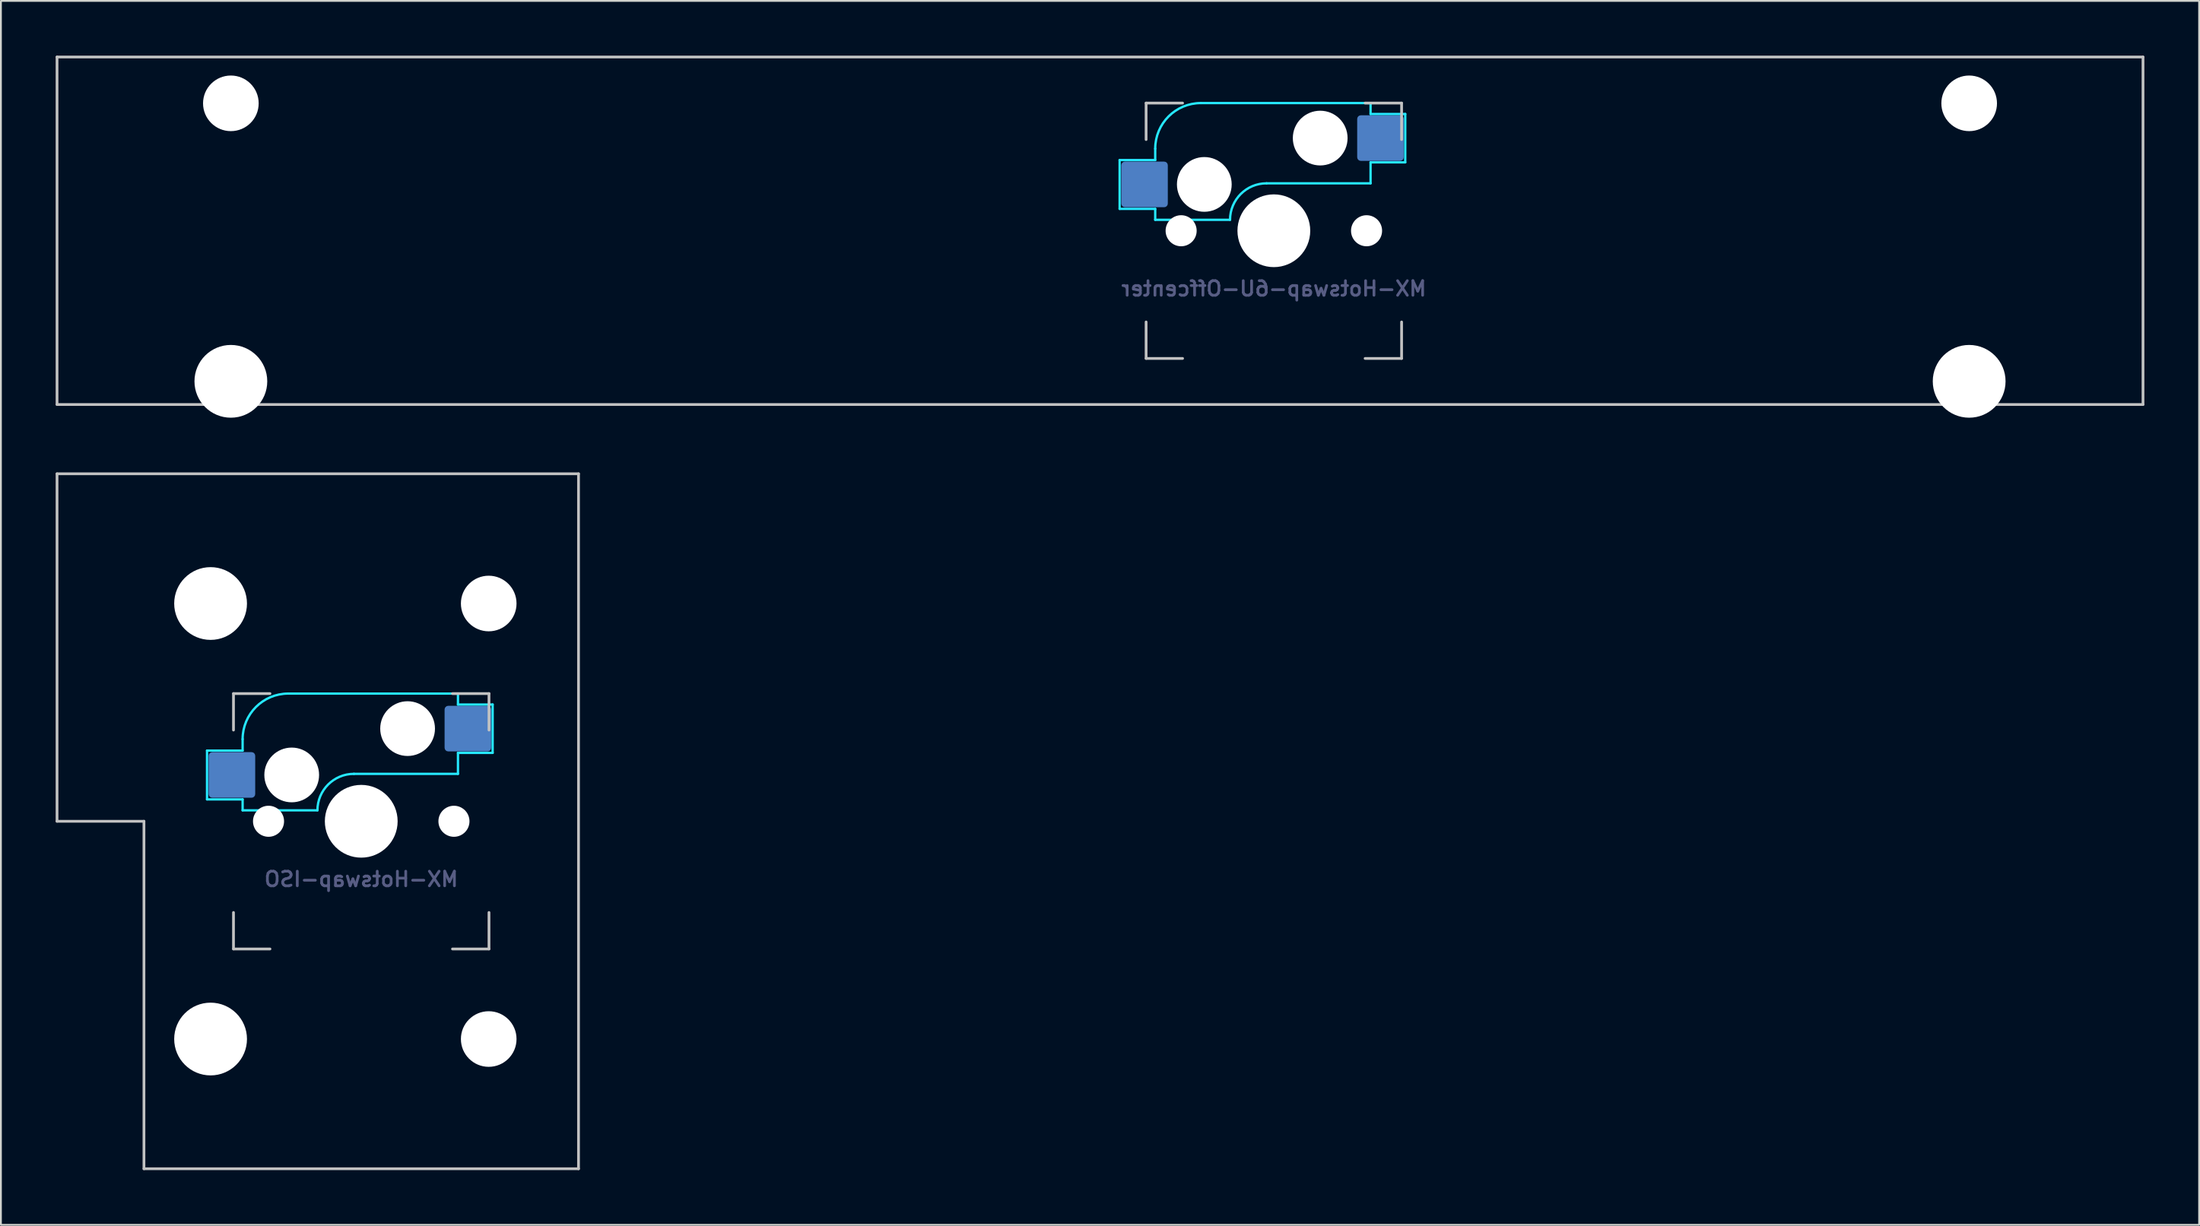
<source format=kicad_pcb>
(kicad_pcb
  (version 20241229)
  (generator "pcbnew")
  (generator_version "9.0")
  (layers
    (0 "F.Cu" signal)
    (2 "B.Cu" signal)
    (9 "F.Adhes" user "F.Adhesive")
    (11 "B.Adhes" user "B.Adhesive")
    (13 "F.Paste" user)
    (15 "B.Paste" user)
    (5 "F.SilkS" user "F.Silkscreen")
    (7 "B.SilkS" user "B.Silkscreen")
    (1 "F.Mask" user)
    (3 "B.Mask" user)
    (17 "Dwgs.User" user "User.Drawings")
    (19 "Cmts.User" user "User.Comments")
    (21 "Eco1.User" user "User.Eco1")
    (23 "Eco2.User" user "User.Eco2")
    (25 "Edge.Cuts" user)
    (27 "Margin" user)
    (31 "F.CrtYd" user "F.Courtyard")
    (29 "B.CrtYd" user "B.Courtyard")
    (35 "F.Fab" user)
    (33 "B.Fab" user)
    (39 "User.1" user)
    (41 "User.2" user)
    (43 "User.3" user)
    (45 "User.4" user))
  (footprint "MX-Hotswap-6U-Offcenter"
    (layer "F.Cu")
    (at 66.75 9.6)
    (property "Reference" "MX-Hotswap-6U-Offcenter" (at 0 3.175 0) (layer "B.Fab") (effects (font (size 0.8 0.8) (thickness 0.15)) (justify mirror)))
    (attr smd)
    (fp_line (start -66.675 -9.525) (end 47.625 -9.525) (stroke (width 0.15) (type solid)) (layer "Dwgs.User"))
    (fp_line (start -66.675 9.525) (end -66.675 -9.525) (stroke (width 0.15) (type solid)) (layer "Dwgs.User"))
    (fp_line (start -66.675 9.525) (end 47.625 9.525) (stroke (width 0.15) (type solid)) (layer "Dwgs.User"))
    (fp_line (start -7 -7) (end -7 -5) (stroke (width 0.15) (type solid)) (layer "Dwgs.User"))
    (fp_line (start -7 5) (end -7 7) (stroke (width 0.15) (type solid)) (layer "Dwgs.User"))
    (fp_line (start -7 7) (end -5 7) (stroke (width 0.15) (type solid)) (layer "Dwgs.User"))
    (fp_line (start -5 -7) (end -7 -7) (stroke (width 0.15) (type solid)) (layer "Dwgs.User"))
    (fp_line (start 5 -7) (end 7 -7) (stroke (width 0.15) (type solid)) (layer "Dwgs.User"))
    (fp_line (start 5 7) (end 7 7) (stroke (width 0.15) (type solid)) (layer "Dwgs.User"))
    (fp_line (start 7 -7) (end 7 -5) (stroke (width 0.15) (type solid)) (layer "Dwgs.User"))
    (fp_line (start 7 7) (end 7 5) (stroke (width 0.15) (type solid)) (layer "Dwgs.User"))
    (fp_line (start 47.625 9.525) (end 47.625 -9.525) (stroke (width 0.15) (type solid)) (layer "Dwgs.User"))
    (fp_line (start -8.45 -3.875) (end -8.45 -1.2) (stroke (width 0.127) (type solid)) (layer "B.CrtYd"))
    (fp_line (start -8.45 -1.2) (end -6.5 -1.2) (stroke (width 0.127) (type solid)) (layer "B.CrtYd"))
    (fp_line (start -6.5 -4.5) (end -6.5 -3.875) (stroke (width 0.127) (type solid)) (layer "B.CrtYd"))
    (fp_line (start -6.5 -3.875) (end -8.45 -3.875) (stroke (width 0.127) (type solid)) (layer "B.CrtYd"))
    (fp_line (start -6.5 -0.6) (end -6.5 -1.2) (stroke (width 0.127) (type solid)) (layer "B.CrtYd"))
    (fp_line (start -6.5 -0.6) (end -2.4 -0.6) (stroke (width 0.127) (type solid)) (layer "B.CrtYd"))
    (fp_line (start -0.4 -2.6) (end 5.3 -2.6) (stroke (width 0.127) (type solid)) (layer "B.CrtYd"))
    (fp_line (start 5.3 -7) (end -4 -7) (stroke (width 0.127) (type solid)) (layer "B.CrtYd"))
    (fp_line (start 5.3 -7) (end 5.3 -6.4) (stroke (width 0.127) (type solid)) (layer "B.CrtYd"))
    (fp_line (start 5.3 -6.4) (end 7.2 -6.4) (stroke (width 0.127) (type solid)) (layer "B.CrtYd"))
    (fp_line (start 5.3 -2.6) (end 5.3 -3.75) (stroke (width 0.127) (type solid)) (layer "B.CrtYd"))
    (fp_line (start 7.2 -6.4) (end 7.2 -3.75) (stroke (width 0.127) (type solid)) (layer "B.CrtYd"))
    (fp_line (start 7.2 -3.75) (end 5.3 -3.75) (stroke (width 0.127) (type solid)) (layer "B.CrtYd"))
    (fp_arc (start -6.5 -4.5) (mid -5.767767 -6.267767) (end -4 -7) (stroke (width 0.127) (type solid)) (layer "B.CrtYd"))
    (fp_arc (start -2.4 -0.6) (mid -1.814214 -2.014214) (end -0.4 -2.6) (stroke (width 0.127) (type solid)) (layer "B.CrtYd"))
    (pad "" np_thru_hole circle (at -57.15 -6.985) (size 3.048 3.048) (drill 3.048) (layers "*.Cu" "*.Mask"))
    (pad "" np_thru_hole circle (at -57.15 8.255) (size 3.988 3.988) (drill 3.988) (layers "*.Cu" "*.Mask"))
    (pad "" np_thru_hole circle (at -5.08 0 48.099) (size 1.702 1.702) (drill 1.702) (layers "*.Cu" "*.Mask"))
    (pad "" np_thru_hole circle (at -3.81 -2.54) (size 3 3) (drill 3) (layers "*.Cu" "*.Mask"))
    (pad "" np_thru_hole circle (at 0 0) (size 3.988 3.988) (drill 3.988) (layers "*.Cu" "*.Mask"))
    (pad "" np_thru_hole circle (at 2.54 -5.08) (size 3 3) (drill 3) (layers "*.Cu" "*.Mask"))
    (pad "" np_thru_hole circle (at 5.08 0 48.099) (size 1.702 1.702) (drill 1.702) (layers "*.Cu" "*.Mask"))
    (pad "" np_thru_hole circle (at 38.1 -6.985) (size 3.048 3.048) (drill 3.048) (layers "*.Cu" "*.Mask"))
    (pad "" np_thru_hole circle (at 38.1 8.255) (size 3.988 3.988) (drill 3.988) (layers "*.Cu" "*.Mask"))
    (pad "1" smd roundrect (at -7.085 -2.54) (size 2.55 2.5) (layers "B.Cu" "B.Mask" "B.Paste") (roundrect_rratio 0.08))
    (pad "2" smd roundrect (at 5.842 -5.08) (size 2.55 2.5) (layers "B.Cu" "B.Mask" "B.Paste") (roundrect_rratio 0.08)))
  (footprint "MX-Hotswap-ISO"
    (layer "F.Cu")
    (at 16.744 41.974)
    (property "Reference" "MX-Hotswap-ISO" (at 0 3.175 0) (layer "B.Fab") (effects (font (size 0.8 0.8) (thickness 0.15)) (justify mirror)))
    (attr smd)
    (fp_line (start -16.669 -19.05) (end -16.669 0) (stroke (width 0.15) (type solid)) (layer "Dwgs.User"))
    (fp_line (start -16.669 -19.05) (end 11.906 -19.05) (stroke (width 0.15) (type solid)) (layer "Dwgs.User"))
    (fp_line (start -11.906 0) (end -16.669 0) (stroke (width 0.15) (type solid)) (layer "Dwgs.User"))
    (fp_line (start -11.906 19.05) (end -11.906 0) (stroke (width 0.15) (type solid)) (layer "Dwgs.User"))
    (fp_line (start -11.906 19.05) (end 11.906 19.05) (stroke (width 0.15) (type solid)) (layer "Dwgs.User"))
    (fp_line (start -7 -7) (end -7 -5) (stroke (width 0.15) (type solid)) (layer "Dwgs.User"))
    (fp_line (start -7 5) (end -7 7) (stroke (width 0.15) (type solid)) (layer "Dwgs.User"))
    (fp_line (start -7 7) (end -5 7) (stroke (width 0.15) (type solid)) (layer "Dwgs.User"))
    (fp_line (start -5 -7) (end -7 -7) (stroke (width 0.15) (type solid)) (layer "Dwgs.User"))
    (fp_line (start 5 -7) (end 7 -7) (stroke (width 0.15) (type solid)) (layer "Dwgs.User"))
    (fp_line (start 5 7) (end 7 7) (stroke (width 0.15) (type solid)) (layer "Dwgs.User"))
    (fp_line (start 7 -7) (end 7 -5) (stroke (width 0.15) (type solid)) (layer "Dwgs.User"))
    (fp_line (start 7 7) (end 7 5) (stroke (width 0.15) (type solid)) (layer "Dwgs.User"))
    (fp_line (start 11.906 -19.05) (end 11.906 19.05) (stroke (width 0.15) (type solid)) (layer "Dwgs.User"))
    (fp_line (start -8.45 -3.875) (end -8.45 -1.2) (stroke (width 0.127) (type solid)) (layer "B.CrtYd"))
    (fp_line (start -8.45 -1.2) (end -6.5 -1.2) (stroke (width 0.127) (type solid)) (layer "B.CrtYd"))
    (fp_line (start -6.5 -4.5) (end -6.5 -3.875) (stroke (width 0.127) (type solid)) (layer "B.CrtYd"))
    (fp_line (start -6.5 -3.875) (end -8.45 -3.875) (stroke (width 0.127) (type solid)) (layer "B.CrtYd"))
    (fp_line (start -6.5 -0.6) (end -6.5 -1.2) (stroke (width 0.127) (type solid)) (layer "B.CrtYd"))
    (fp_line (start -6.5 -0.6) (end -2.4 -0.6) (stroke (width 0.127) (type solid)) (layer "B.CrtYd"))
    (fp_line (start -0.4 -2.6) (end 5.3 -2.6) (stroke (width 0.127) (type solid)) (layer "B.CrtYd"))
    (fp_line (start 5.3 -7) (end -4 -7) (stroke (width 0.127) (type solid)) (layer "B.CrtYd"))
    (fp_line (start 5.3 -7) (end 5.3 -6.4) (stroke (width 0.127) (type solid)) (layer "B.CrtYd"))
    (fp_line (start 5.3 -6.4) (end 7.2 -6.4) (stroke (width 0.127) (type solid)) (layer "B.CrtYd"))
    (fp_line (start 5.3 -2.6) (end 5.3 -3.75) (stroke (width 0.127) (type solid)) (layer "B.CrtYd"))
    (fp_line (start 7.2 -6.4) (end 7.2 -3.75) (stroke (width 0.127) (type solid)) (layer "B.CrtYd"))
    (fp_line (start 7.2 -3.75) (end 5.3 -3.75) (stroke (width 0.127) (type solid)) (layer "B.CrtYd"))
    (fp_arc (start -6.5 -4.5) (mid -5.767767 -6.267767) (end -4 -7) (stroke (width 0.127) (type solid)) (layer "B.CrtYd"))
    (fp_arc (start -2.4 -0.6) (mid -1.814214 -2.014214) (end -0.4 -2.6) (stroke (width 0.127) (type solid)) (layer "B.CrtYd"))
    (pad "" np_thru_hole circle (at -8.255 -11.938) (size 3.988 3.988) (drill 3.988) (layers "*.Cu" "*.Mask"))
    (pad "" np_thru_hole circle (at -8.255 11.938) (size 3.988 3.988) (drill 3.988) (layers "*.Cu" "*.Mask"))
    (pad "" np_thru_hole circle (at -5.08 0 48.099) (size 1.702 1.702) (drill 1.702) (layers "*.Cu" "*.Mask"))
    (pad "" np_thru_hole circle (at -3.81 -2.54) (size 3 3) (drill 3) (layers "*.Cu" "*.Mask"))
    (pad "" np_thru_hole circle (at 0 0) (size 3.988 3.988) (drill 3.988) (layers "*.Cu" "*.Mask"))
    (pad "" np_thru_hole circle (at 2.54 -5.08) (size 3 3) (drill 3) (layers "*.Cu" "*.Mask"))
    (pad "" np_thru_hole circle (at 5.08 0 48.099) (size 1.702 1.702) (drill 1.702) (layers "*.Cu" "*.Mask"))
    (pad "" np_thru_hole circle (at 6.985 -11.938) (size 3.048 3.048) (drill 3.048) (layers "*.Cu" "*.Mask"))
    (pad "" np_thru_hole circle (at 6.985 11.938) (size 3.048 3.048) (drill 3.048) (layers "*.Cu" "*.Mask"))
    (pad "1" smd roundrect (at -7.085 -2.54) (size 2.55 2.5) (layers "B.Cu" "B.Mask" "B.Paste") (roundrect_rratio 0.08))
    (pad "2" smd roundrect (at 5.842 -5.08) (size 2.55 2.5) (layers "B.Cu" "B.Mask" "B.Paste") (roundrect_rratio 0.08)))
  (gr_rect
    (start -3 -3)
    (end 117.45 64.099)
    (stroke (width 0.1) (type default))
    (fill no)
    (layer "Edge.Cuts")))
</source>
